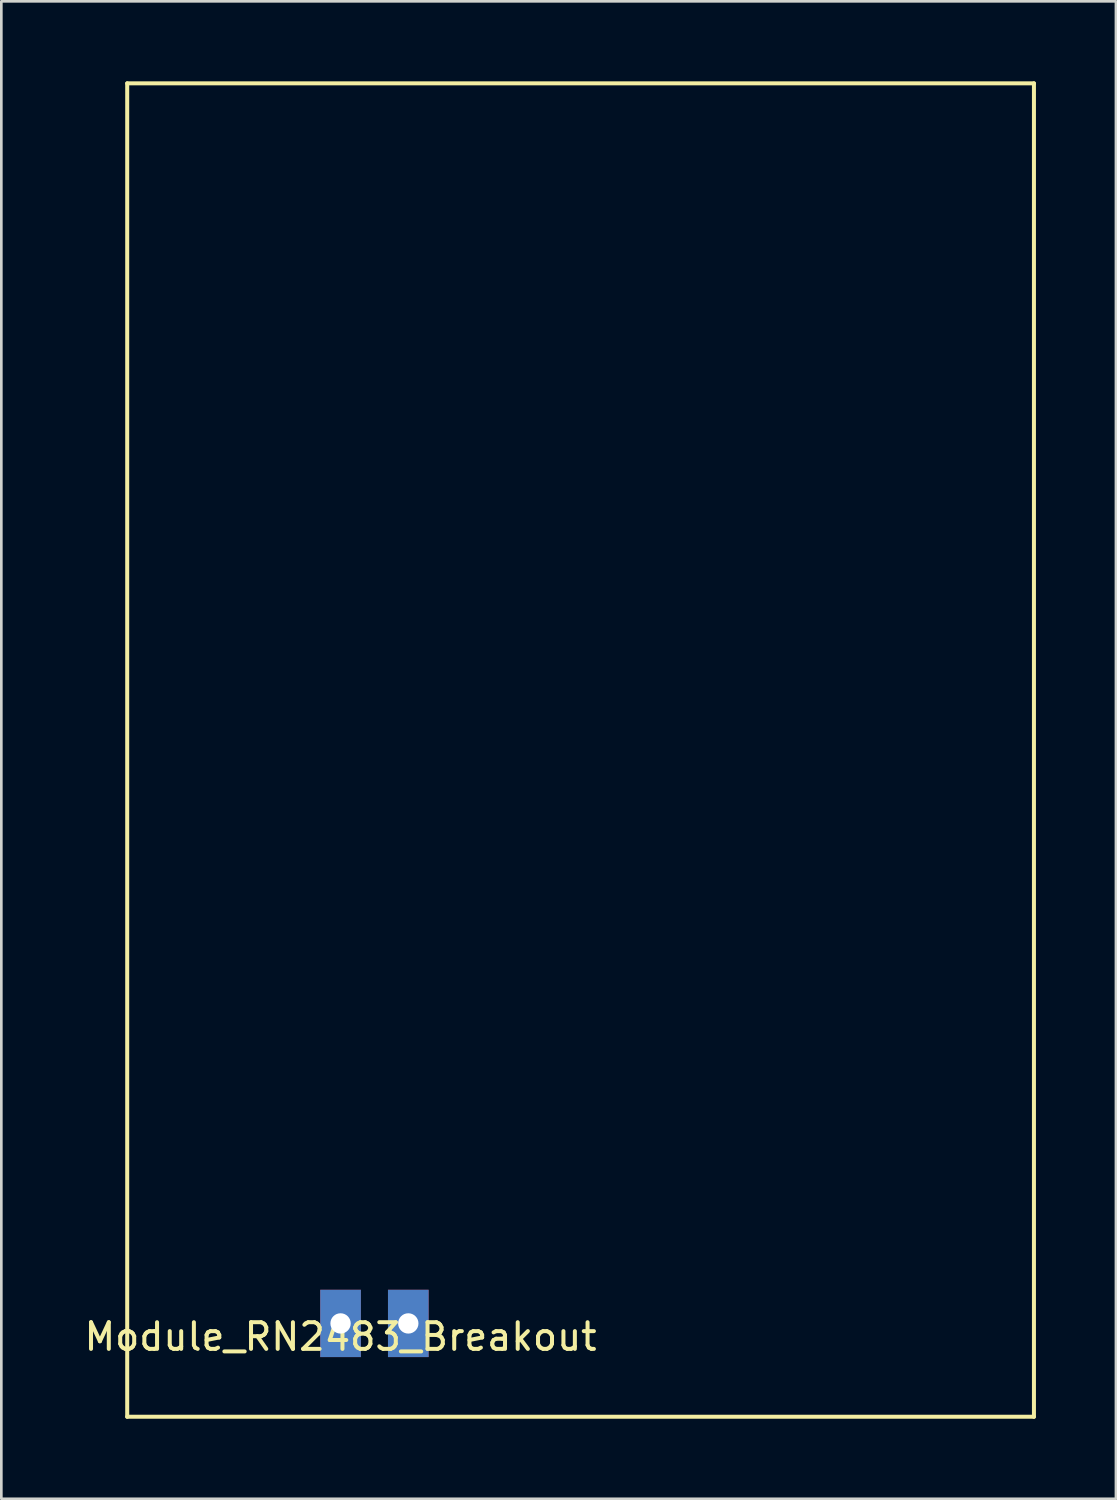
<source format=kicad_pcb>
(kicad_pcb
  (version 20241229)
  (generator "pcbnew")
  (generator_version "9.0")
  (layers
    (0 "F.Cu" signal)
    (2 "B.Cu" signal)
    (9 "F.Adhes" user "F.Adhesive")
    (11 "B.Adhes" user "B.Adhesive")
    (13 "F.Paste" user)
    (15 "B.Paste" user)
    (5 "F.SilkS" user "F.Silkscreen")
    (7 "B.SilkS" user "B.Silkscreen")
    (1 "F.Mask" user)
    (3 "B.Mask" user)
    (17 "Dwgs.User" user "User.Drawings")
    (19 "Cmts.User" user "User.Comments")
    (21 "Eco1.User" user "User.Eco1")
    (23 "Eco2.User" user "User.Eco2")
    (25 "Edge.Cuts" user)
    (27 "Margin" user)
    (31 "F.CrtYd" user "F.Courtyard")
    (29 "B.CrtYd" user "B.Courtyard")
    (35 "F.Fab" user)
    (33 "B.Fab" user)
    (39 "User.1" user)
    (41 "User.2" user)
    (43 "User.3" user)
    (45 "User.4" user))
  (footprint "Module_RN2483_Breakout"
    (layer "F.Cu")
    (at 9.72 46.575)
    (property "Reference" "Module_RN2483_Breakout" (at 0 0.5 0) (layer "F.SilkS") (effects (font (size 1 1) (thickness 0.15))))
    (attr through_hole)
    (fp_line (start -8 -46.5) (end -8 3.5) (stroke (width 0.15) (type solid)) (layer "F.SilkS"))
    (fp_line (start -8 3.5) (end 26 3.5) (stroke (width 0.15) (type solid)) (layer "F.SilkS"))
    (fp_line (start 26 -46.5) (end -8 -46.5) (stroke (width 0.15) (type solid)) (layer "F.SilkS"))
    (fp_line (start 26 3.5) (end 26 -46.5) (stroke (width 0.15) (type solid)) (layer "F.SilkS"))
    (pad "1" thru_hole rect (at 0 0) (size 1.524 2.524) (drill 0.762) (layers "*.Cu" "*.Mask"))
    (pad "2" thru_hole rect (at 2.54 0) (size 1.524 2.524) (drill 0.762) (layers "*.Cu" "*.Mask")))
  (gr_rect
    (start -3 -3)
    (end 38.795 53.15)
    (stroke (width 0.1) (type default))
    (fill no)
    (layer "Edge.Cuts")))
</source>
